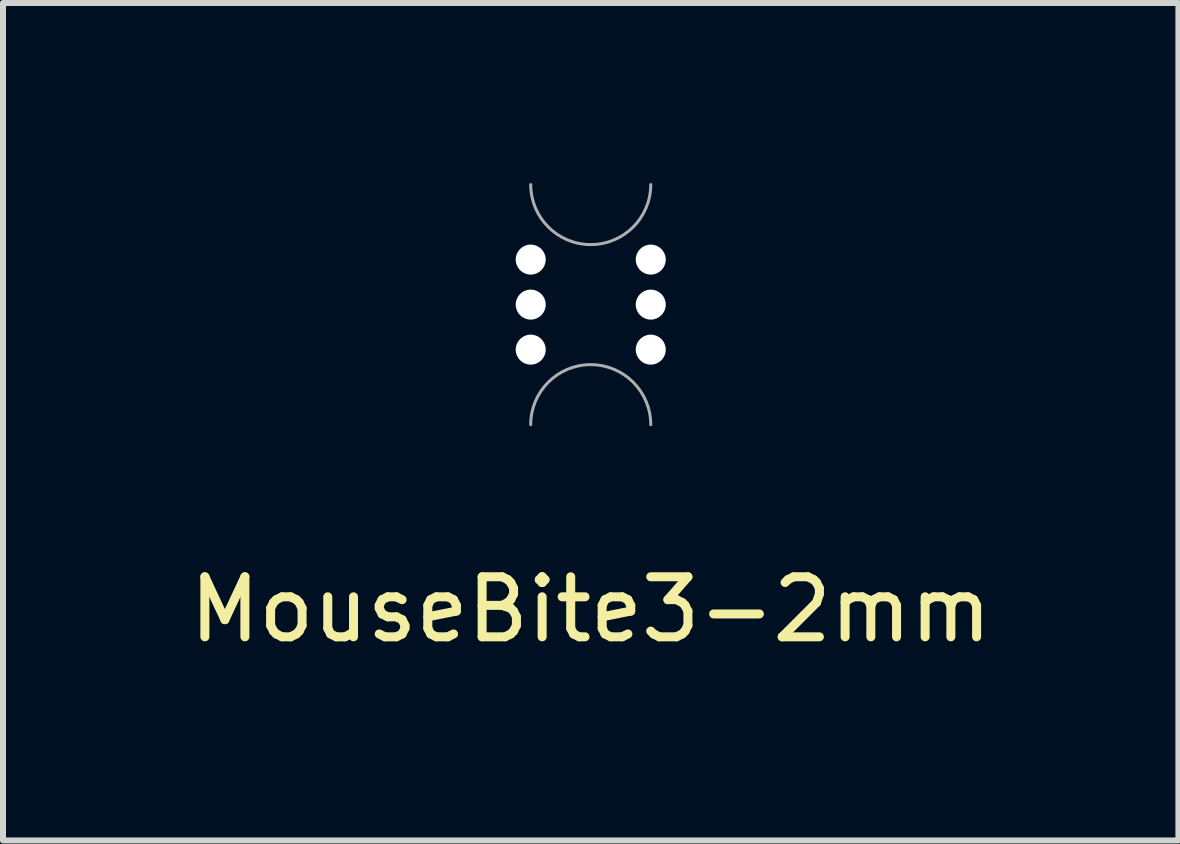
<source format=kicad_pcb>
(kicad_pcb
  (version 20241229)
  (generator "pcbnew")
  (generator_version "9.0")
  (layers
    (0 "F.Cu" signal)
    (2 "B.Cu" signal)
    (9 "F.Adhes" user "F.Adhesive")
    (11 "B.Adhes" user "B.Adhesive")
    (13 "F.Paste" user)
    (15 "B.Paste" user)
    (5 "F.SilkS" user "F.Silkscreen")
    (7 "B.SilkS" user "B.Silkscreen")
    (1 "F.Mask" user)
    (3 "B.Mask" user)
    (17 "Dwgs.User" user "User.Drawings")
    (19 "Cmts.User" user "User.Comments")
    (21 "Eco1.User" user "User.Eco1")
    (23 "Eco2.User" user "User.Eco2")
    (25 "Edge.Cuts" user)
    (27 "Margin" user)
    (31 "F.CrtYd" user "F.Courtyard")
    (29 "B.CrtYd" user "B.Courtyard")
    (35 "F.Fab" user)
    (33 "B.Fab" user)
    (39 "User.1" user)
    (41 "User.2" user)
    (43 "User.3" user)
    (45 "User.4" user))
  (footprint "MouseBite3-2mm"
    (layer "F.Cu")
    (at 6.792 2.025)
    (property "Reference" "MouseBite3-2mm" (at 0 5.08 0) (layer "F.SilkS") (effects (font (size 1 1) (thickness 0.15))))
    (attr through_hole)
    (fp_arc (start -1 2) (mid 0 1) (end 1 2) (stroke (width 0.05) (type solid)) (layer "F.Fab"))
    (fp_arc (start 1 -2) (mid 0 -1) (end -1 -2) (stroke (width 0.05) (type solid)) (layer "F.Fab"))
    (pad "" np_thru_hole circle (at -1 -0.75) (size 0.5 0.5) (drill 0.5) (layers "*.Cu" "*.Mask"))
    (pad "" np_thru_hole circle (at -1 0) (size 0.5 0.5) (drill 0.5) (layers "*.Cu" "*.Mask"))
    (pad "" np_thru_hole circle (at -1 0.75) (size 0.5 0.5) (drill 0.5) (layers "*.Cu" "*.Mask"))
    (pad "" np_thru_hole circle (at 1 -0.75) (size 0.5 0.5) (drill 0.5) (layers "*.Cu" "*.Mask"))
    (pad "" np_thru_hole circle (at 1 0) (size 0.5 0.5) (drill 0.5) (layers "*.Cu" "*.Mask"))
    (pad "" np_thru_hole circle (at 1 0.75) (size 0.5 0.5) (drill 0.5) (layers "*.Cu" "*.Mask")))
  (gr_rect
    (start -3 -3)
    (end 16.583 10.953)
    (stroke (width 0.1) (type default))
    (fill no)
    (layer "Edge.Cuts")))
</source>
